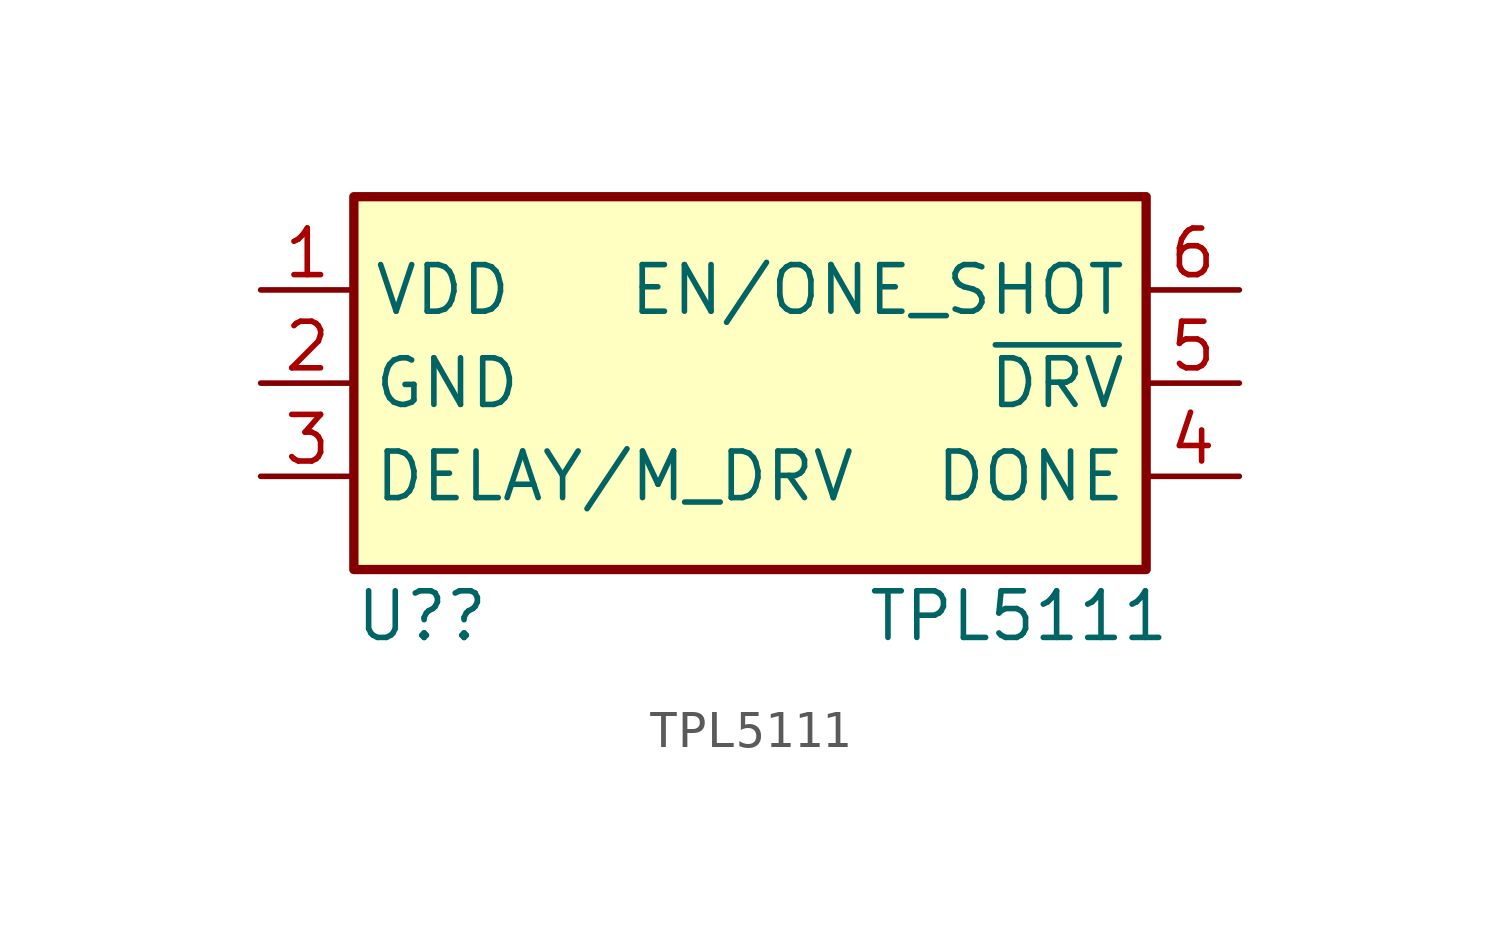
<source format=kicad_sym>
(kicad_symbol_lib
  (version 20211014)
  (generator kicad_symbol_editor)
  (symbol "TPL5111"
    (property "Reference" "U?"
      (at -12.7 -1.27 0)
      (effects (font (size 1.27 1.27)) (justify left)))
    (property "Value" "TPL5111"
      (at 1.27 -1.27 0)
      (effects (font (size 1.27 1.27)) (justify left)))
    (symbol "TPL5111_0_1"
      (rectangle (start -12.7 10.16) (end 8.89 0) (stroke (width 0.254) (type default) (color 0 0 0 0)) (fill (type background))))
    (symbol "TPL5111_1_1"
      (pin power_in line (at -15.24 7.62 0) (length 2.54) (name "VDD" (effects (font (size 1.27 1.27)))) (number "1" (effects (font (size 1.27 1.27)))))
      (pin power_in line (at -15.24 5.08 0) (length 2.54) (name "GND" (effects (font (size 1.27 1.27)))) (number "2" (effects (font (size 1.27 1.27)))))
      (pin input line (at -15.24 2.54 0) (length 2.54) (name "DELAY/M_DRV" (effects (font (size 1.27 1.27)))) (number "3" (effects (font (size 1.27 1.27)))))
      (pin input line (at 11.43 2.54 180) (length 2.54) (name "DONE" (effects (font (size 1.27 1.27)))) (number "4" (effects (font (size 1.27 1.27)))))
      (pin output line (at 11.43 5.08 180) (length 2.54) (name "~{DRV}" (effects (font (size 1.27 1.27)))) (number "5" (effects (font (size 1.27 1.27)))))
      (pin input line (at 11.43 7.62 180) (length 2.54) (name "EN/ONE_SHOT" (effects (font (size 1.27 1.27)))) (number "6" (effects (font (size 1.27 1.27))))))))
</source>
